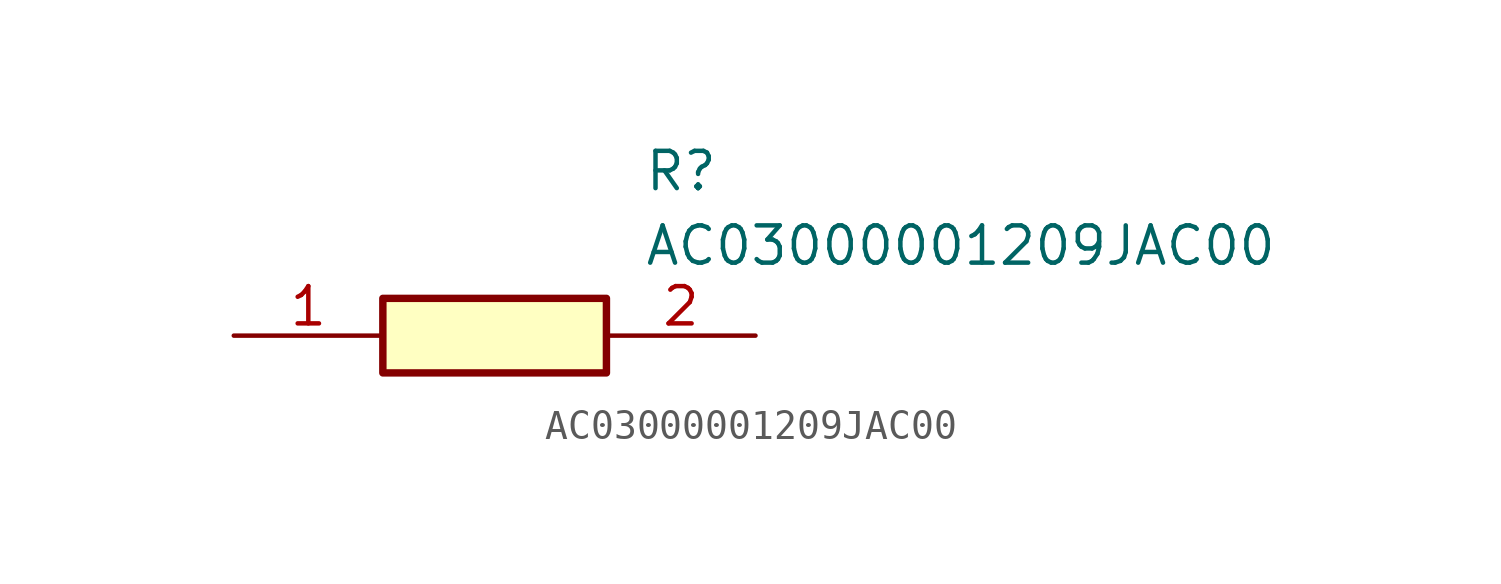
<source format=kicad_sym>
(kicad_symbol_lib
  (version 20211014)
  (generator SamacSys_ECAD_Model)
  (symbol "AC03000001209JAC00"
    (pin_names hide)
    (property "Reference" "R"
      (at 13.97 6.35 0)
      (effects (font (size 1.27 1.27)) (justify left top)))
    (property "Value" "AC03000001209JAC00"
      (at 13.97 3.81 0)
      (effects (font (size 1.27 1.27)) (justify left top)))
    (rectangle
      (start 5.08 1.27)
      (end 12.7 -1.27)
      (stroke (width 0.254) (type default))
      (fill (type background)))
    (pin passive line
      (at 0 0 0)
      (length 5.08)
      (name "1" (effects (font (size 1.27 1.27))))
      (number "1" (effects (font (size 1.27 1.27)))))
    (pin passive line
      (at 17.78 0 180)
      (length 5.08)
      (name "2" (effects (font (size 1.27 1.27))))
      (number "2" (effects (font (size 1.27 1.27)))))))
</source>
